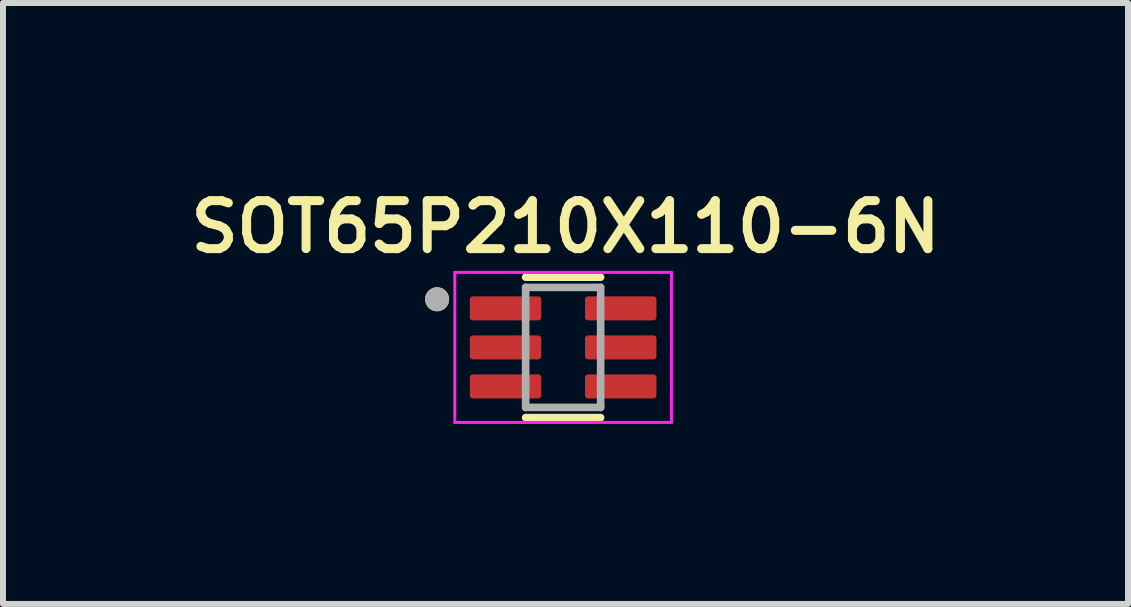
<source format=kicad_pcb>
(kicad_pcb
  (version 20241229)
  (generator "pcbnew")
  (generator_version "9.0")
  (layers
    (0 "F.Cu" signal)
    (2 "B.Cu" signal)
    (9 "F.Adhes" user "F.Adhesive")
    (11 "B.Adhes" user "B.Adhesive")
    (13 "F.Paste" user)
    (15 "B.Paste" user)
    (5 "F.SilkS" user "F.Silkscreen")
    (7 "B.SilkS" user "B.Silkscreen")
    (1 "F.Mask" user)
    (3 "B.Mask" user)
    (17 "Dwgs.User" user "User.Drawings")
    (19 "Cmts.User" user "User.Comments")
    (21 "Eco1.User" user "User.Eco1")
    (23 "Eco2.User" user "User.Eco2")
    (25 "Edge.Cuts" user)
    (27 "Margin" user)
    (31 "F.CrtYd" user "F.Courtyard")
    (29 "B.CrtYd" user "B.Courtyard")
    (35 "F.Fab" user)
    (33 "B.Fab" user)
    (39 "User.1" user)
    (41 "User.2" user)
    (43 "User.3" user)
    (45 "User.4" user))
  (footprint "SOT65P210X110-6N"
    (layer "F.Cu")
    (at 6.334 2.739)
    (property "Reference" "SOT65P210X110-6N" (at 0.04 -2.008 0) (layer "F.SilkS") (effects (font (size 0.8 0.8) (thickness 0.15))))
    (attr smd)
    (fp_line (start -0.625 -1.17) (end 0.625 -1.17) (stroke (width 0.127) (type solid)) (layer "F.SilkS"))
    (fp_line (start -0.625 1.17) (end 0.625 1.17) (stroke (width 0.127) (type solid)) (layer "F.SilkS"))
    (fp_circle (center -2.1 -0.802) (end -2 -0.802) (stroke (width 0.2) (type solid)) (fill no) (layer "F.SilkS"))
    (fp_line (start -1.805 -1.25) (end -1.805 1.25) (stroke (width 0.05) (type solid)) (layer "F.CrtYd"))
    (fp_line (start -1.805 1.25) (end 1.805 1.25) (stroke (width 0.05) (type solid)) (layer "F.CrtYd"))
    (fp_line (start 1.805 -1.25) (end -1.805 -1.25) (stroke (width 0.05) (type solid)) (layer "F.CrtYd"))
    (fp_line (start 1.805 1.25) (end 1.805 -1.25) (stroke (width 0.05) (type solid)) (layer "F.CrtYd"))
    (fp_line (start -0.625 -1) (end -0.625 1) (stroke (width 0.127) (type solid)) (layer "F.Fab"))
    (fp_line (start -0.625 1) (end 0.625 1) (stroke (width 0.127) (type solid)) (layer "F.Fab"))
    (fp_line (start 0.625 -1) (end -0.625 -1) (stroke (width 0.127) (type solid)) (layer "F.Fab"))
    (fp_line (start 0.625 1) (end 0.625 -1) (stroke (width 0.127) (type solid)) (layer "F.Fab"))
    (fp_circle (center -2.1 -0.802) (end -2 -0.802) (stroke (width 0.2) (type solid)) (fill no) (layer "F.Fab"))
    (pad "1" smd roundrect (at -0.96 -0.65) (size 1.19 0.4) (layers "F.Cu" "F.Mask" "F.Paste") (roundrect_rratio 0.125))
    (pad "2" smd roundrect (at -0.96 0) (size 1.19 0.4) (layers "F.Cu" "F.Mask" "F.Paste") (roundrect_rratio 0.125))
    (pad "3" smd roundrect (at -0.96 0.65) (size 1.19 0.4) (layers "F.Cu" "F.Mask" "F.Paste") (roundrect_rratio 0.125))
    (pad "4" smd roundrect (at 0.96 0.65) (size 1.19 0.4) (layers "F.Cu" "F.Mask" "F.Paste") (roundrect_rratio 0.125))
    (pad "5" smd roundrect (at 0.96 0) (size 1.19 0.4) (layers "F.Cu" "F.Mask" "F.Paste") (roundrect_rratio 0.125))
    (pad "6" smd roundrect (at 0.96 -0.65) (size 1.19 0.4) (layers "F.Cu" "F.Mask" "F.Paste") (roundrect_rratio 0.125)))
  (gr_rect
    (start -3 -3)
    (end 15.747 7.014)
    (stroke (width 0.1) (type default))
    (fill no)
    (layer "Edge.Cuts")))
</source>
